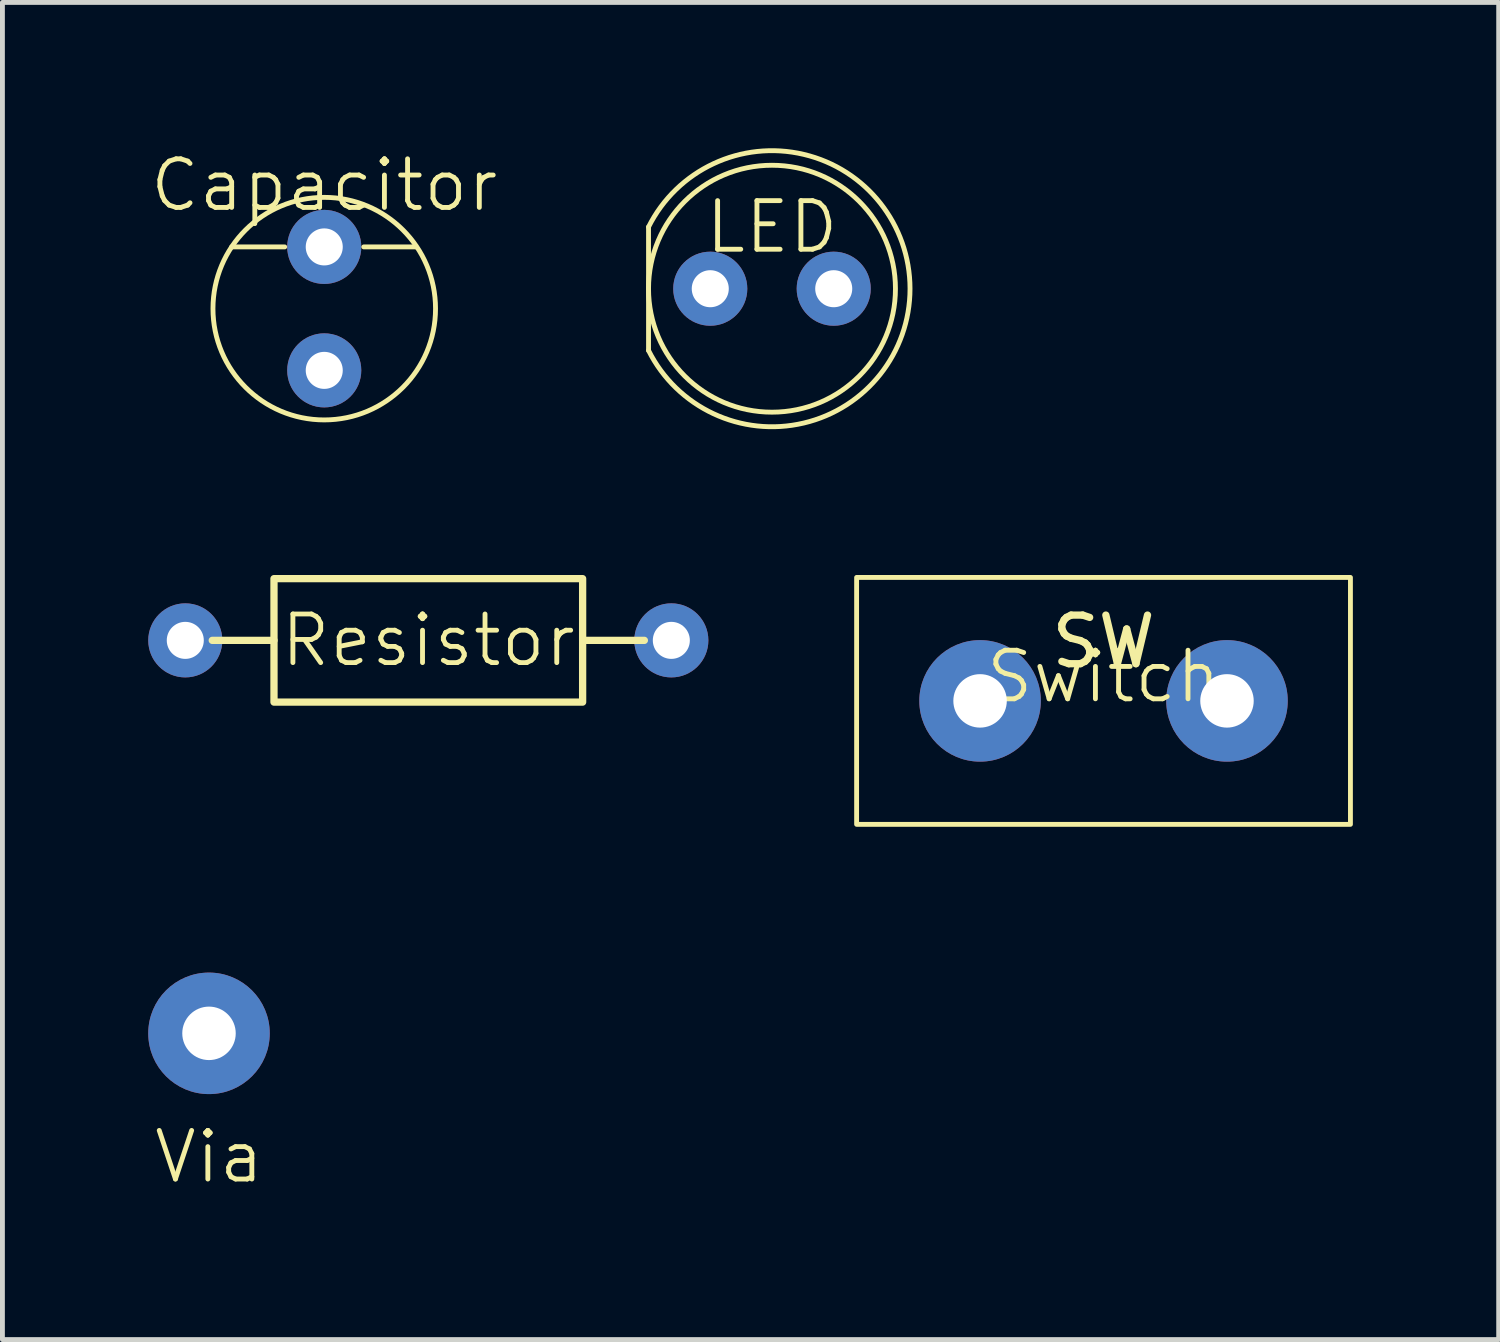
<source format=kicad_pcb>
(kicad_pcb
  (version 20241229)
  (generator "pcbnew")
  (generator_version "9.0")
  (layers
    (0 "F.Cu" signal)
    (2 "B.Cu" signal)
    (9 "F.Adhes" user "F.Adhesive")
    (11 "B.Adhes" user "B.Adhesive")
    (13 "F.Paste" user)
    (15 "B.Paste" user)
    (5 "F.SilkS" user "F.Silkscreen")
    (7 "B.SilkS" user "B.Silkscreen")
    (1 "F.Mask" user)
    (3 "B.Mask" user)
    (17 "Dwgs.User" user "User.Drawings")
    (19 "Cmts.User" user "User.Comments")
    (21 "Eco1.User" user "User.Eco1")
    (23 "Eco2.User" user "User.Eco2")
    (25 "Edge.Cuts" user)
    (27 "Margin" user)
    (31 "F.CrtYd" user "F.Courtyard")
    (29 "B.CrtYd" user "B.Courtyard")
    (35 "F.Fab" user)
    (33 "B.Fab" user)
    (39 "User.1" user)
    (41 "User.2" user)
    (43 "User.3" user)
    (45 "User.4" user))
  (footprint "Switch"
    (layer "F.Cu")
    (at 19.654 11.37)
    (property "Reference" "Switch" (at 0 -0.5 0) (unlocked yes) (layer "F.SilkS") (effects (font (size 1 1) (thickness 0.1))))
    (attr through_hole)
    (fp_rect (start 5.08 -2.54) (end -5.08 2.54) (stroke (width 0.1) (type default)) (fill no) (layer "F.SilkS"))
    (fp_text user "SW" (at 0 -0.635 0) (unlocked yes) (layer "F.SilkS") (effects (font (size 1 1) (thickness 0.15)) (justify bottom)))
    (pad "1" thru_hole circle (at -2.54 0) (size 2.5 2.5) (drill 1.1) (layers "*.Cu" "*.Mask"))
    (pad "2" thru_hole circle (at 2.54 0) (size 2.5 2.5) (drill 1.1) (layers "*.Cu" "*.Mask")))
  (footprint "Resistor"
    (layer "F.Cu")
    (at 5.762 10.125)
    (property "Reference" "Resistor" (at 0 0 0) (unlocked yes) (layer "F.SilkS") (effects (font (size 1 1) (thickness 0.1))))
    (attr through_hole)
    (fp_line (start -3.175 0) (end -4.445 0) (stroke (width 0.15) (type default)) (layer "F.SilkS"))
    (fp_line (start 4.445 0) (end 3.175 0) (stroke (width 0.15) (type default)) (layer "F.SilkS"))
    (fp_rect (start -3.175 -1.27) (end 3.175 1.27) (stroke (width 0.15) (type default)) (fill no) (layer "F.SilkS"))
    (pad "1" thru_hole circle (at -5 0) (size 1.524 1.524) (drill 0.762) (layers "*.Cu" "*.Mask"))
    (pad "2" thru_hole circle (at 5 0) (size 1.524 1.524) (drill 0.762) (layers "*.Cu" "*.Mask")))
  (footprint "Via"
    (layer "F.Cu")
    (at 1.25 18.21)
    (property "Reference" "Via" (at 0 2.54 0) (unlocked yes) (layer "F.SilkS") (effects (font (size 1 1) (thickness 0.1))))
    (attr through_hole)
    (pad "1" thru_hole circle (at 0 0) (size 2.5 2.5) (drill 1.1) (layers "*.Cu" "*.Mask")))
  (footprint "Capacitor"
    (layer "F.Cu")
    (at 3.621 3.3)
    (property "Reference" "Capacitor" (at 0 -2.54 0) (unlocked yes) (layer "F.SilkS") (effects (font (size 1 1) (thickness 0.1))))
    (attr through_hole)
    (fp_line (start -1.905 -1.27) (end -0.813 -1.27) (stroke (width 0.1) (type default)) (layer "F.SilkS"))
    (fp_line (start 0.813 -1.27) (end 1.88 -1.27) (stroke (width 0.1) (type default)) (layer "F.SilkS"))
    (fp_circle (center 0 0) (end 1.905 -1.27) (stroke (width 0.1) (type default)) (fill no) (layer "F.SilkS"))
    (pad "1" thru_hole circle (at 0 -1.27) (size 1.524 1.524) (drill 0.762) (layers "*.Cu" "*.Mask"))
    (pad "2" thru_hole circle (at 0 1.27) (size 1.524 1.524) (drill 0.762) (layers "*.Cu" "*.Mask")))
  (footprint "LED"
    (layer "F.Cu")
    (at 12.833 2.89)
    (property "Reference" "LED" (at 0 -1.27 0) (unlocked yes) (layer "F.SilkS") (effects (font (size 1 1) (thickness 0.1))))
    (attr through_hole)
    (fp_line (start -2.54 -1.27) (end -2.54 1.27) (stroke (width 0.1) (type default)) (layer "F.SilkS"))
    (fp_arc (start -2.54 -1.27) (mid 2.839806 0) (end -2.54 1.27) (stroke (width 0.1) (type default)) (layer "F.SilkS"))
    (fp_circle (center 0 0) (end -2.54 0) (stroke (width 0.1) (type default)) (fill no) (layer "F.SilkS"))
    (pad "1" thru_hole circle (at 1.27 0) (size 1.524 1.524) (drill 0.762) (layers "*.Cu" "*.Mask"))
    (pad "2" thru_hole circle (at -1.27 0) (size 1.524 1.524) (drill 0.762) (layers "*.Cu" "*.Mask")))
  (gr_rect
    (start -3 -3)
    (end 27.784 24.51)
    (stroke (width 0.1) (type default))
    (fill no)
    (layer "Edge.Cuts")))
</source>
